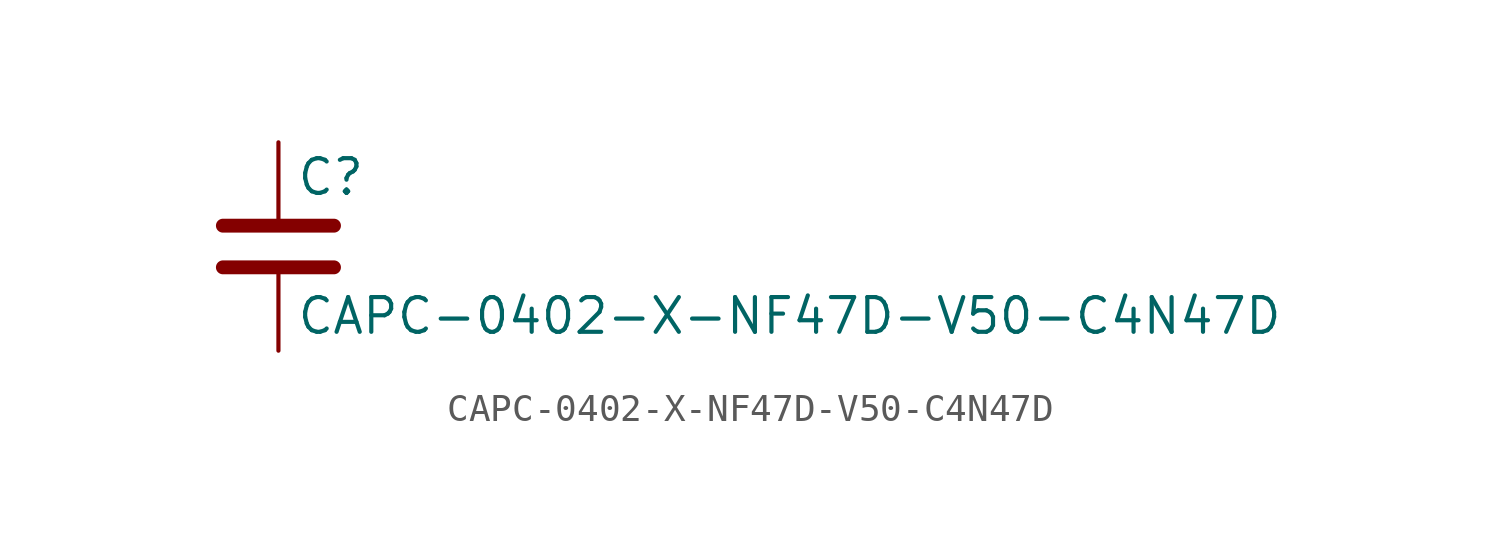
<source format=kicad_sym>
(kicad_symbol_lib
  (version 20211014)
  (generator kicad_symbol_editor)
  (symbol "CAPC-0402-X-NF47D-V50-C4N47D"
    (pin_numbers hide)
    (pin_names
      (offset 0.254))
    (property "Reference" "C"
      (at 0.635 2.54 0)
      (effects (font (size 1.27 1.27)) (justify left)))
    (property "Value" "CAPC-0402-X-NF47D-V50-C4N47D"
      (at 0.635 -2.54 0)
      (effects (font (size 1.27 1.27)) (justify left)))
    (symbol "CAPC-0402-X-NF47D-V50-C4N47D_0_1"
      (polyline (pts (xy -2.032 -0.762) (xy 2.032 -0.762)) (stroke (width 0.508) (type default) (color 0 0 0 0)) (fill (type none)))
      (polyline (pts (xy -2.032 0.762) (xy 2.032 0.762)) (stroke (width 0.508) (type default) (color 0 0 0 0)) (fill (type none))))
    (symbol "CAPC-0402-X-NF47D-V50-C4N47D_1_1"
      (pin passive line (at 0 3.81 270) (length 2.794) (name "~" (effects (font (size 1.27 1.27)))) (number "1" (effects (font (size 1.27 1.27)))))
      (pin passive line (at 0 -3.81 90) (length 2.794) (name "~" (effects (font (size 1.27 1.27)))) (number "2" (effects (font (size 1.27 1.27))))))))
</source>
